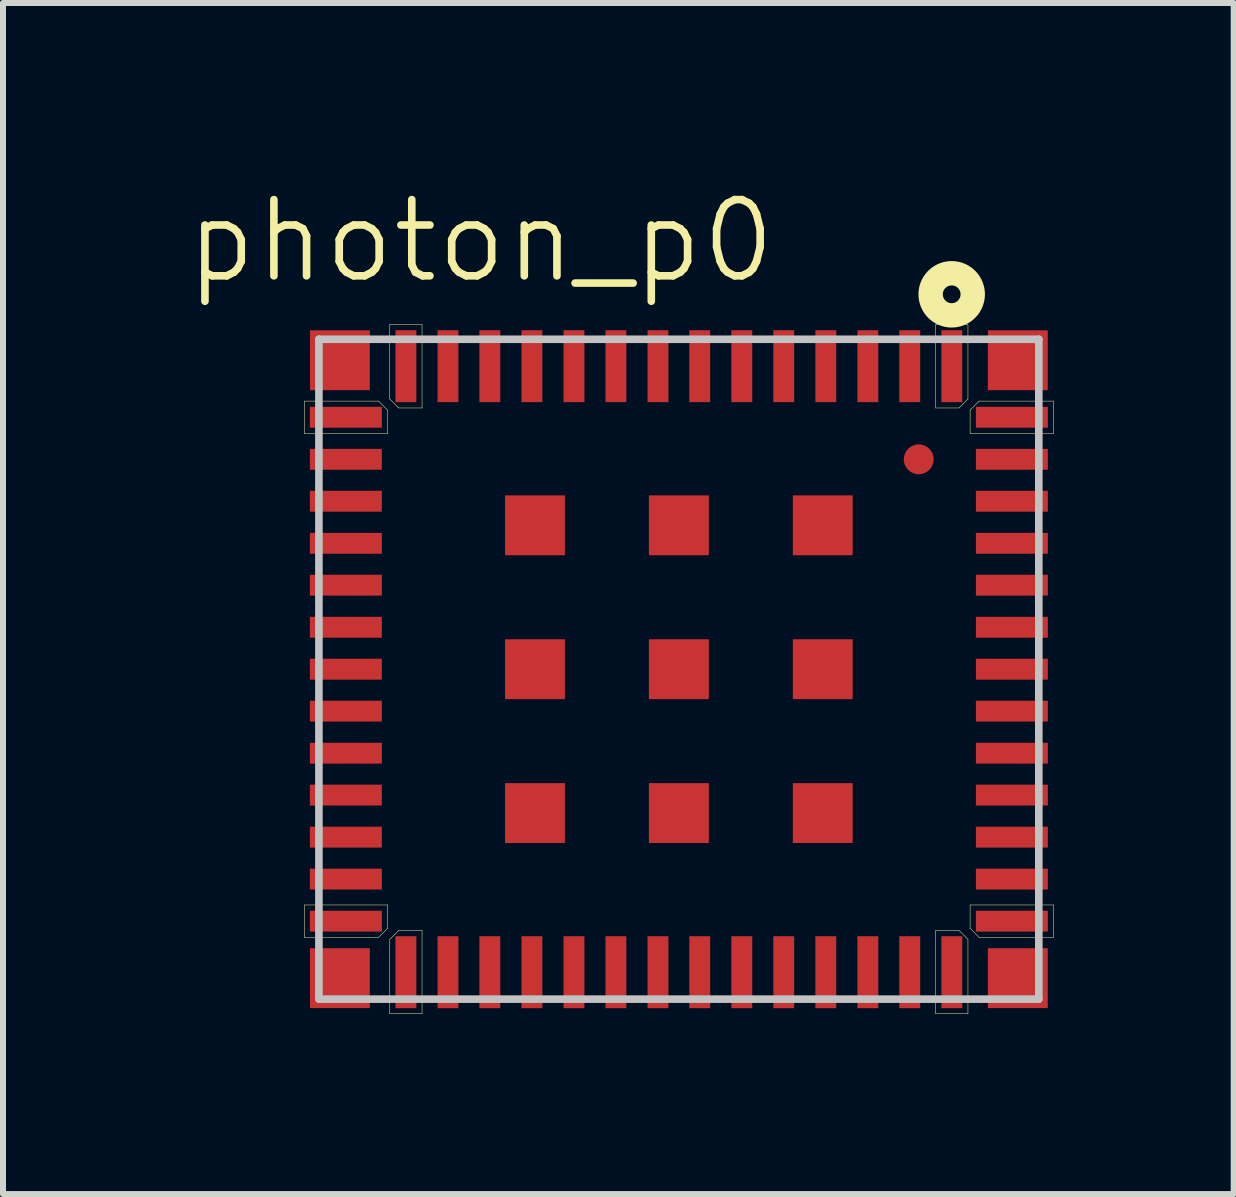
<source format=kicad_pcb>
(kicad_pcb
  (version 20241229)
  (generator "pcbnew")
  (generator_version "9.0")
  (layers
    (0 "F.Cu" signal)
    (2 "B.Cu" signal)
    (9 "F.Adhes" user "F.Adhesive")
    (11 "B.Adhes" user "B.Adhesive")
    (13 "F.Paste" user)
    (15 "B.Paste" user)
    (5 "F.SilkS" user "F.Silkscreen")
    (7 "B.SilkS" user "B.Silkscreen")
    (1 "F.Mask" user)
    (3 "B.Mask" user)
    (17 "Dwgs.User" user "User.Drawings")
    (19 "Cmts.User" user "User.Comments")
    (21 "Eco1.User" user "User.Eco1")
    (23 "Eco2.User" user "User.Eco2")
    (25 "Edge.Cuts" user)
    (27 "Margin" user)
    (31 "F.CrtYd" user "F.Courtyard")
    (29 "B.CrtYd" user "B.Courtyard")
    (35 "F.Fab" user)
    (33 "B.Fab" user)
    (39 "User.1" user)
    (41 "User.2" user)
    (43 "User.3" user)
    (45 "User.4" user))
  (footprint "photon_p0"
    (layer "F.Cu")
    (at 8.264 8.103)
    (property "Reference" "photon_p0" (at -3.302 -7.137 0) (layer "F.SilkS") (effects (font (size 1.27 1.27) (thickness 0.127))))
    (attr smd)
    (fp_line (start -6.243 -4.468) (end -6.243 -3.929) (stroke (width 0.008) (type solid)) (layer "F.SilkS"))
    (fp_line (start -6.243 -3.929) (end -4.854 -3.929) (stroke (width 0.008) (type solid)) (layer "F.SilkS"))
    (fp_line (start -6.243 3.929) (end -4.854 3.929) (stroke (width 0.008) (type solid)) (layer "F.SilkS"))
    (fp_line (start -6.243 4.468) (end -6.243 3.929) (stroke (width 0.008) (type solid)) (layer "F.SilkS"))
    (fp_line (start -5.004 -4.468) (end -6.243 -4.468) (stroke (width 0.008) (type solid)) (layer "F.SilkS"))
    (fp_line (start -5.004 4.468) (end -6.243 4.468) (stroke (width 0.008) (type solid)) (layer "F.SilkS"))
    (fp_line (start -4.854 -4.318) (end -5.004 -4.468) (stroke (width 0.008) (type solid)) (layer "F.SilkS"))
    (fp_line (start -4.854 -3.929) (end -4.854 -4.318) (stroke (width 0.008) (type solid)) (layer "F.SilkS"))
    (fp_line (start -4.854 3.929) (end -4.854 4.318) (stroke (width 0.008) (type solid)) (layer "F.SilkS"))
    (fp_line (start -4.854 4.318) (end -5.004 4.468) (stroke (width 0.008) (type solid)) (layer "F.SilkS"))
    (fp_line (start -4.818 -5.743) (end -4.818 -4.503) (stroke (width 0.008) (type solid)) (layer "F.SilkS"))
    (fp_line (start -4.818 -4.503) (end -4.669 -4.354) (stroke (width 0.008) (type solid)) (layer "F.SilkS"))
    (fp_line (start -4.818 4.503) (end -4.818 5.743) (stroke (width 0.008) (type solid)) (layer "F.SilkS"))
    (fp_line (start -4.818 5.743) (end -4.28 5.743) (stroke (width 0.008) (type solid)) (layer "F.SilkS"))
    (fp_line (start -4.669 -4.354) (end -4.28 -4.354) (stroke (width 0.008) (type solid)) (layer "F.SilkS"))
    (fp_line (start -4.669 4.354) (end -4.818 4.503) (stroke (width 0.008) (type solid)) (layer "F.SilkS"))
    (fp_line (start -4.28 -5.743) (end -4.818 -5.743) (stroke (width 0.008) (type solid)) (layer "F.SilkS"))
    (fp_line (start -4.28 -4.354) (end -4.28 -5.743) (stroke (width 0.008) (type solid)) (layer "F.SilkS"))
    (fp_line (start -4.28 4.354) (end -4.669 4.354) (stroke (width 0.008) (type solid)) (layer "F.SilkS"))
    (fp_line (start -4.28 5.743) (end -4.28 4.354) (stroke (width 0.008) (type solid)) (layer "F.SilkS"))
    (fp_line (start 4.28 -5.743) (end 4.818 -5.743) (stroke (width 0.008) (type solid)) (layer "F.SilkS"))
    (fp_line (start 4.28 -4.354) (end 4.28 -5.743) (stroke (width 0.008) (type solid)) (layer "F.SilkS"))
    (fp_line (start 4.28 4.354) (end 4.28 5.743) (stroke (width 0.008) (type solid)) (layer "F.SilkS"))
    (fp_line (start 4.28 5.743) (end 4.818 5.743) (stroke (width 0.008) (type solid)) (layer "F.SilkS"))
    (fp_line (start 4.669 -4.354) (end 4.28 -4.354) (stroke (width 0.008) (type solid)) (layer "F.SilkS"))
    (fp_line (start 4.669 4.354) (end 4.28 4.354) (stroke (width 0.008) (type solid)) (layer "F.SilkS"))
    (fp_line (start 4.818 -5.743) (end 4.818 -4.503) (stroke (width 0.008) (type solid)) (layer "F.SilkS"))
    (fp_line (start 4.818 -4.503) (end 4.669 -4.354) (stroke (width 0.008) (type solid)) (layer "F.SilkS"))
    (fp_line (start 4.818 4.503) (end 4.669 4.354) (stroke (width 0.008) (type solid)) (layer "F.SilkS"))
    (fp_line (start 4.818 5.743) (end 4.818 4.503) (stroke (width 0.008) (type solid)) (layer "F.SilkS"))
    (fp_line (start 4.854 -4.318) (end 4.854 -3.929) (stroke (width 0.008) (type solid)) (layer "F.SilkS"))
    (fp_line (start 4.854 -3.929) (end 6.243 -3.929) (stroke (width 0.008) (type solid)) (layer "F.SilkS"))
    (fp_line (start 4.854 3.929) (end 4.854 4.318) (stroke (width 0.008) (type solid)) (layer "F.SilkS"))
    (fp_line (start 4.854 4.318) (end 5.004 4.468) (stroke (width 0.008) (type solid)) (layer "F.SilkS"))
    (fp_line (start 5.004 -4.468) (end 4.854 -4.318) (stroke (width 0.008) (type solid)) (layer "F.SilkS"))
    (fp_line (start 5.004 4.468) (end 6.243 4.468) (stroke (width 0.008) (type solid)) (layer "F.SilkS"))
    (fp_line (start 6.243 -4.468) (end 5.004 -4.468) (stroke (width 0.008) (type solid)) (layer "F.SilkS"))
    (fp_line (start 6.243 -3.929) (end 6.243 -4.468) (stroke (width 0.008) (type solid)) (layer "F.SilkS"))
    (fp_line (start 6.243 3.929) (end 4.854 3.929) (stroke (width 0.008) (type solid)) (layer "F.SilkS"))
    (fp_line (start 6.243 4.468) (end 6.243 3.929) (stroke (width 0.008) (type solid)) (layer "F.SilkS"))
    (fp_circle (center 4.547 -6.248) (end 4.547 -6.396) (stroke (width 0.406) (type solid)) (fill no) (layer "F.SilkS"))
    (fp_line (start -5.999 -5.499) (end -5.999 5.499) (stroke (width 0.127) (type solid)) (layer "Dwgs.User"))
    (fp_line (start -5.999 5.499) (end 5.999 5.499) (stroke (width 0.127) (type solid)) (layer "Dwgs.User"))
    (fp_line (start 5.999 -5.499) (end -5.999 -5.499) (stroke (width 0.127) (type solid)) (layer "Dwgs.User"))
    (fp_line (start 5.999 5.499) (end 5.999 -5.499) (stroke (width 0.127) (type solid)) (layer "Dwgs.User"))
    (pad "1" smd rect (at 4.549 -5.05 90) (size 1.199 0.348) (layers "F.Cu" "F.Mask" "F.Paste"))
    (pad "2" smd rect (at 3.848 -5.05 90) (size 1.199 0.348) (layers "F.Cu" "F.Mask" "F.Paste"))
    (pad "3" smd rect (at 3.15 -5.05 90) (size 1.199 0.348) (layers "F.Cu" "F.Mask" "F.Paste"))
    (pad "4" smd rect (at 2.449 -5.05 90) (size 1.199 0.348) (layers "F.Cu" "F.Mask" "F.Paste"))
    (pad "5" smd rect (at 1.748 -5.05 90) (size 1.199 0.348) (layers "F.Cu" "F.Mask" "F.Paste"))
    (pad "6" smd rect (at 1.049 -5.05 90) (size 1.199 0.348) (layers "F.Cu" "F.Mask" "F.Paste"))
    (pad "7" smd rect (at 0.348 -5.05 90) (size 1.199 0.348) (layers "F.Cu" "F.Mask" "F.Paste"))
    (pad "8" smd rect (at -0.348 -5.05 90) (size 1.199 0.348) (layers "F.Cu" "F.Mask" "F.Paste"))
    (pad "9" smd rect (at -1.049 -5.05 90) (size 1.199 0.348) (layers "F.Cu" "F.Mask" "F.Paste"))
    (pad "10" smd rect (at -1.748 -5.05 90) (size 1.199 0.348) (layers "F.Cu" "F.Mask" "F.Paste"))
    (pad "11" smd rect (at -2.449 -5.05 90) (size 1.199 0.348) (layers "F.Cu" "F.Mask" "F.Paste"))
    (pad "12" smd rect (at -3.15 -5.05 90) (size 1.199 0.348) (layers "F.Cu" "F.Mask" "F.Paste"))
    (pad "13" smd rect (at -3.848 -5.05 90) (size 1.199 0.348) (layers "F.Cu" "F.Mask" "F.Paste"))
    (pad "14" smd rect (at -4.549 -5.05 90) (size 1.199 0.348) (layers "F.Cu" "F.Mask" "F.Paste"))
    (pad "15" smd rect (at -5.55 -4.199) (size 1.199 0.348) (layers "F.Cu" "F.Mask" "F.Paste"))
    (pad "16" smd rect (at -5.55 -3.498) (size 1.199 0.348) (layers "F.Cu" "F.Mask" "F.Paste"))
    (pad "17" smd rect (at -5.55 -2.799) (size 1.199 0.348) (layers "F.Cu" "F.Mask" "F.Paste"))
    (pad "18" smd rect (at -5.55 -2.098) (size 1.199 0.348) (layers "F.Cu" "F.Mask" "F.Paste"))
    (pad "19" smd rect (at -5.55 -1.4) (size 1.199 0.348) (layers "F.Cu" "F.Mask" "F.Paste"))
    (pad "20" smd rect (at -5.55 -0.699) (size 1.199 0.348) (layers "F.Cu" "F.Mask" "F.Paste"))
    (pad "21" smd rect (at -5.55 0) (size 1.199 0.348) (layers "F.Cu" "F.Mask" "F.Paste"))
    (pad "22" smd rect (at -5.55 0.699) (size 1.199 0.348) (layers "F.Cu" "F.Mask" "F.Paste"))
    (pad "23" smd rect (at -5.55 1.4) (size 1.199 0.348) (layers "F.Cu" "F.Mask" "F.Paste"))
    (pad "24" smd rect (at -5.55 2.098) (size 1.199 0.348) (layers "F.Cu" "F.Mask" "F.Paste"))
    (pad "25" smd rect (at -5.55 2.799) (size 1.199 0.348) (layers "F.Cu" "F.Mask" "F.Paste"))
    (pad "26" smd rect (at -5.55 3.498) (size 1.199 0.348) (layers "F.Cu" "F.Mask" "F.Paste"))
    (pad "27" smd rect (at -5.55 4.199) (size 1.199 0.348) (layers "F.Cu" "F.Mask" "F.Paste"))
    (pad "28" smd rect (at -4.549 5.05 270) (size 1.199 0.348) (layers "F.Cu" "F.Mask" "F.Paste"))
    (pad "29" smd rect (at -3.848 5.05 270) (size 1.199 0.348) (layers "F.Cu" "F.Mask" "F.Paste"))
    (pad "30" smd rect (at -3.15 5.05 270) (size 1.199 0.348) (layers "F.Cu" "F.Mask" "F.Paste"))
    (pad "31" smd rect (at -2.449 5.05 270) (size 1.199 0.348) (layers "F.Cu" "F.Mask" "F.Paste"))
    (pad "32" smd rect (at -1.748 5.05 270) (size 1.199 0.348) (layers "F.Cu" "F.Mask" "F.Paste"))
    (pad "33" smd rect (at -1.049 5.05 270) (size 1.199 0.348) (layers "F.Cu" "F.Mask" "F.Paste"))
    (pad "34" smd rect (at -0.348 5.05 270) (size 1.199 0.348) (layers "F.Cu" "F.Mask" "F.Paste"))
    (pad "35" smd rect (at 0.348 5.05 270) (size 1.199 0.348) (layers "F.Cu" "F.Mask" "F.Paste"))
    (pad "36" smd rect (at 1.049 5.05 270) (size 1.199 0.348) (layers "F.Cu" "F.Mask" "F.Paste"))
    (pad "37" smd rect (at 1.748 5.05 270) (size 1.199 0.348) (layers "F.Cu" "F.Mask" "F.Paste"))
    (pad "38" smd rect (at 2.449 5.05 270) (size 1.199 0.348) (layers "F.Cu" "F.Mask" "F.Paste"))
    (pad "39" smd rect (at 3.15 5.05 270) (size 1.199 0.348) (layers "F.Cu" "F.Mask" "F.Paste"))
    (pad "40" smd rect (at 3.848 5.05 270) (size 1.199 0.348) (layers "F.Cu" "F.Mask" "F.Paste"))
    (pad "41" smd rect (at 4.549 5.05 270) (size 1.199 0.348) (layers "F.Cu" "F.Mask" "F.Paste"))
    (pad "42" smd rect (at 5.55 4.199) (size 1.199 0.348) (layers "F.Cu" "F.Mask" "F.Paste"))
    (pad "43" smd rect (at 5.55 3.498) (size 1.199 0.348) (layers "F.Cu" "F.Mask" "F.Paste"))
    (pad "44" smd rect (at 5.55 2.799) (size 1.199 0.348) (layers "F.Cu" "F.Mask" "F.Paste"))
    (pad "45" smd rect (at 5.55 2.098) (size 1.199 0.348) (layers "F.Cu" "F.Mask" "F.Paste"))
    (pad "46" smd rect (at 5.55 1.4) (size 1.199 0.348) (layers "F.Cu" "F.Mask" "F.Paste"))
    (pad "47" smd rect (at 5.55 0.699) (size 1.199 0.348) (layers "F.Cu" "F.Mask" "F.Paste"))
    (pad "48" smd rect (at 5.55 0 180) (size 1.199 0.348) (layers "F.Cu" "F.Mask" "F.Paste"))
    (pad "49" smd rect (at 5.55 -0.699 180) (size 1.199 0.348) (layers "F.Cu" "F.Mask" "F.Paste"))
    (pad "50" smd rect (at 5.55 -1.4 180) (size 1.199 0.348) (layers "F.Cu" "F.Mask" "F.Paste"))
    (pad "51" smd rect (at 5.55 -2.098) (size 1.199 0.348) (layers "F.Cu" "F.Mask" "F.Paste"))
    (pad "52" smd rect (at 5.55 -2.799) (size 1.199 0.348) (layers "F.Cu" "F.Mask" "F.Paste"))
    (pad "53" smd rect (at 5.55 -3.498) (size 1.199 0.348) (layers "F.Cu" "F.Mask" "F.Paste"))
    (pad "54" smd rect (at 5.55 -4.199) (size 1.199 0.348) (layers "F.Cu" "F.Mask" "F.Paste"))
    (pad "55" smd rect (at 5.649 -5.149) (size 0.998 0.998) (layers "F.Cu" "F.Mask" "F.Paste"))
    (pad "56" smd rect (at -5.649 -5.149) (size 0.998 0.998) (layers "F.Cu" "F.Mask" "F.Paste"))
    (pad "57" smd rect (at -5.649 5.149) (size 0.998 0.998) (layers "F.Cu" "F.Mask" "F.Paste"))
    (pad "58" smd rect (at 5.649 5.149) (size 0.998 0.998) (layers "F.Cu" "F.Mask" "F.Paste"))
    (pad "59" smd rect (at 2.398 -2.398) (size 0.998 0.998) (layers "F.Cu" "F.Mask" "F.Paste"))
    (pad "60" smd rect (at 0 -2.398) (size 0.998 0.998) (layers "F.Cu" "F.Mask" "F.Paste"))
    (pad "61" smd rect (at -2.398 -2.398) (size 0.998 0.998) (layers "F.Cu" "F.Mask" "F.Paste"))
    (pad "62" smd rect (at 2.398 0) (size 0.998 0.998) (layers "F.Cu" "F.Mask" "F.Paste"))
    (pad "63" smd rect (at 0 0) (size 0.998 0.998) (layers "F.Cu" "F.Mask" "F.Paste"))
    (pad "64" smd rect (at -2.398 0) (size 0.998 0.998) (layers "F.Cu" "F.Mask" "F.Paste"))
    (pad "65" smd rect (at 2.398 2.398) (size 0.998 0.998) (layers "F.Cu" "F.Mask" "F.Paste"))
    (pad "66" smd rect (at 0 2.398) (size 0.998 0.998) (layers "F.Cu" "F.Mask" "F.Paste"))
    (pad "67" smd rect (at -2.398 2.398) (size 0.998 0.998) (layers "F.Cu" "F.Mask" "F.Paste"))
    (pad "68" smd circle (at 3.998 -3.498) (size 0.498 0.498) (layers "F.Cu" "F.Mask" "F.Paste")))
  (gr_rect
    (start -3 -3)
    (end 17.511 16.85)
    (stroke (width 0.1) (type default))
    (fill no)
    (layer "Edge.Cuts")))
</source>
